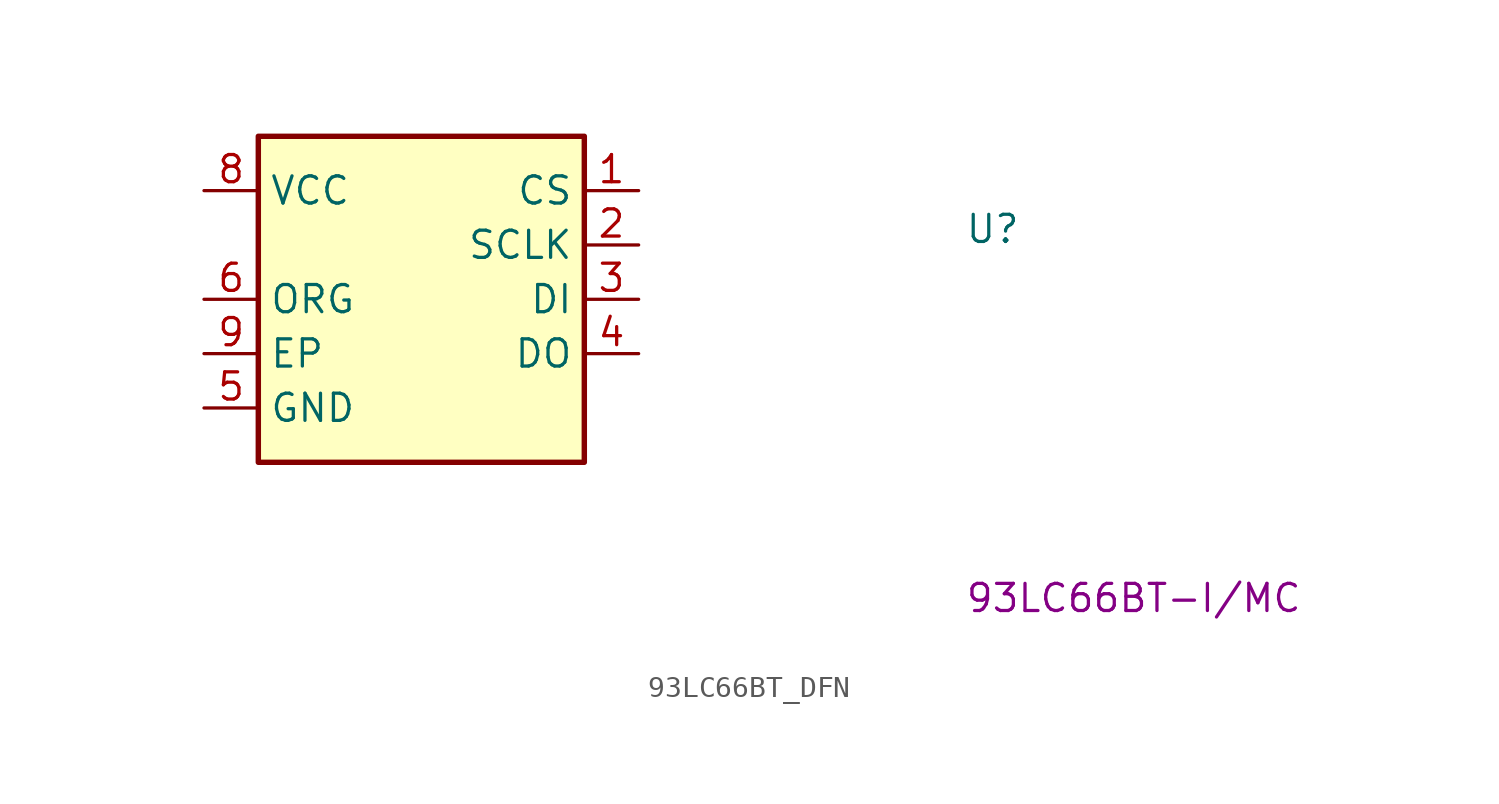
<source format=kicad_sym>
(kicad_symbol_lib
  (version 20220914)
  (generator kicad_symbol_editor)
  (symbol "93LC66BT_DFN"
    (property "Reference" "U"
      (at 35.56 -2.54 0)
      (effects (font (size 1.27 1.27) (thickness 0.15)) (justify left bottom)))
    (property "MPN" "93LC66BT-I/MC"
      (at 35.56 -19.05 0)
      (effects (font (size 1.27 1.27)) (justify left)))
    (symbol "93LC66BT_DFN_1_1"
      (rectangle (start 2.54 2.54) (end 17.78 -12.7) (stroke (width 0.254) (type default)) (fill (type background)))
      (pin input line (at 20.32 0 180) (length 2.54) (name "CS" (effects (font (size 1.27 1.27)))) (number "1" (effects (font (size 1.27 1.27)))))
      (pin input line (at 20.32 -2.54 180) (length 2.54) (name "SCLK" (effects (font (size 1.27 1.27)))) (number "2" (effects (font (size 1.27 1.27)))))
      (pin input line (at 20.32 -5.08 180) (length 2.54) (name "DI" (effects (font (size 1.27 1.27)))) (number "3" (effects (font (size 1.27 1.27)))))
      (pin tri_state line (at 20.32 -7.62 180) (length 2.54) (name "DO" (effects (font (size 1.27 1.27)))) (number "4" (effects (font (size 1.27 1.27)))))
      (pin power_in line (at 0 -10.16 0) (length 2.54) (name "GND" (effects (font (size 1.27 1.27)))) (number "5" (effects (font (size 1.27 1.27)))))
      (pin input line (at 0 -5.08 0) (length 2.54) (name "ORG" (effects (font (size 1.27 1.27)))) (number "6" (effects (font (size 1.27 1.27)))))
      (pin no_connect line (at 2.54 -2.54 0) (length 2.54) hide (name "NC" (effects (font (size 1.27 1.27)))) (number "7" (effects (font (size 1.27 1.27)))))
      (pin power_in line (at 0 0 0) (length 2.54) (name "VCC" (effects (font (size 1.27 1.27)))) (number "8" (effects (font (size 1.27 1.27)))))
      (pin passive line (at 0 -7.62 0) (length 2.54) (name "EP" (effects (font (size 1.27 1.27)))) (number "9" (effects (font (size 1.27 1.27))))))))
</source>
